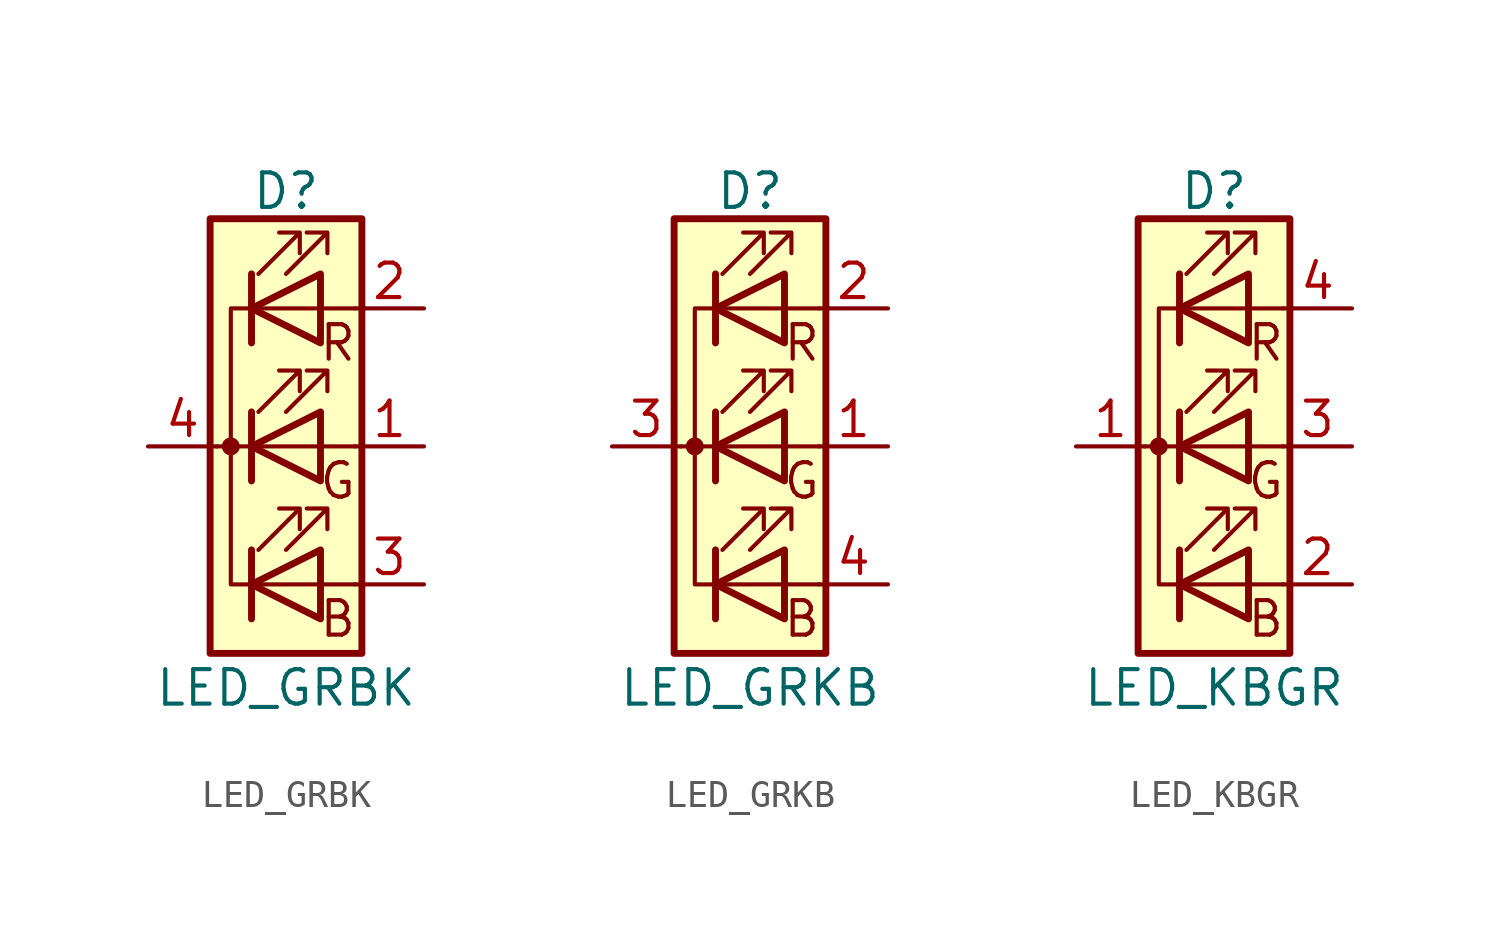
<source format=kicad_sym>
(kicad_symbol_lib
  (version 20211014)
  (generator kicad_symbol_editor)
  (symbol "LED_GRBK"
    (pin_names
      (offset 0) hide)
    (property "Reference" "D"
      (at 0 9.398 0)
      (effects (font (size 1.27 1.27))))
    (property "Value" "LED_GRBK"
      (at 0 -8.89 0)
      (effects (font (size 1.27 1.27))))
    (symbol "LED_GRBK_0_0"
      (text "B" (at 1.905 -6.35 0) (effects (font (size 1.27 1.27))))
      (text "G" (at 1.905 -1.27 0) (effects (font (size 1.27 1.27))))
      (text "R" (at 1.905 3.81 0) (effects (font (size 1.27 1.27)))))
    (symbol "LED_GRBK_0_1"
      (circle (center -2.032 0) (radius 0.254) (stroke (width 0) (type default) (color 0 0 0 0)) (fill (type outline)))
      (polyline (pts (xy -1.27 -5.08) (xy 1.27 -5.08)) (stroke (width 0) (type default) (color 0 0 0 0)) (fill (type none)))
      (polyline (pts (xy -1.27 -3.81) (xy -1.27 -6.35)) (stroke (width 0.254) (type default) (color 0 0 0 0)) (fill (type none)))
      (polyline (pts (xy -1.27 0) (xy -2.54 0)) (stroke (width 0) (type default) (color 0 0 0 0)) (fill (type none)))
      (polyline (pts (xy -1.27 1.27) (xy -1.27 -1.27)) (stroke (width 0.254) (type default) (color 0 0 0 0)) (fill (type none)))
      (polyline (pts (xy -1.27 5.08) (xy 1.27 5.08)) (stroke (width 0) (type default) (color 0 0 0 0)) (fill (type none)))
      (polyline (pts (xy -1.27 6.35) (xy -1.27 3.81)) (stroke (width 0.254) (type default) (color 0 0 0 0)) (fill (type none)))
      (polyline (pts (xy 1.27 -5.08) (xy 2.54 -5.08)) (stroke (width 0) (type default) (color 0 0 0 0)) (fill (type none)))
      (polyline (pts (xy 1.27 0) (xy -1.27 0)) (stroke (width 0) (type default) (color 0 0 0 0)) (fill (type none)))
      (polyline (pts (xy 1.27 0) (xy 2.54 0)) (stroke (width 0) (type default) (color 0 0 0 0)) (fill (type none)))
      (polyline (pts (xy 1.27 5.08) (xy 2.54 5.08)) (stroke (width 0) (type default) (color 0 0 0 0)) (fill (type none)))
      (polyline (pts (xy -1.27 1.27) (xy -1.27 -1.27) (xy -1.27 -1.27)) (stroke (width 0) (type default) (color 0 0 0 0)) (fill (type none)))
      (polyline (pts (xy -1.27 6.35) (xy -1.27 3.81) (xy -1.27 3.81)) (stroke (width 0) (type default) (color 0 0 0 0)) (fill (type none)))
      (polyline (pts (xy -1.27 5.08) (xy -2.032 5.08) (xy -2.032 -5.08) (xy -1.016 -5.08)) (stroke (width 0) (type default) (color 0 0 0 0)) (fill (type none)))
      (polyline (pts (xy 1.27 -3.81) (xy 1.27 -6.35) (xy -1.27 -5.08) (xy 1.27 -3.81)) (stroke (width 0.254) (type default) (color 0 0 0 0)) (fill (type none)))
      (polyline (pts (xy 1.27 1.27) (xy 1.27 -1.27) (xy -1.27 0) (xy 1.27 1.27)) (stroke (width 0.254) (type default) (color 0 0 0 0)) (fill (type none)))
      (polyline (pts (xy 1.27 6.35) (xy 1.27 3.81) (xy -1.27 5.08) (xy 1.27 6.35)) (stroke (width 0.254) (type default) (color 0 0 0 0)) (fill (type none)))
      (polyline (pts (xy -1.016 -3.81) (xy 0.508 -2.286) (xy -0.254 -2.286) (xy 0.508 -2.286) (xy 0.508 -3.048)) (stroke (width 0) (type default) (color 0 0 0 0)) (fill (type none)))
      (polyline (pts (xy -1.016 1.27) (xy 0.508 2.794) (xy -0.254 2.794) (xy 0.508 2.794) (xy 0.508 2.032)) (stroke (width 0) (type default) (color 0 0 0 0)) (fill (type none)))
      (polyline (pts (xy -1.016 6.35) (xy 0.508 7.874) (xy -0.254 7.874) (xy 0.508 7.874) (xy 0.508 7.112)) (stroke (width 0) (type default) (color 0 0 0 0)) (fill (type none)))
      (polyline (pts (xy 0 -3.81) (xy 1.524 -2.286) (xy 0.762 -2.286) (xy 1.524 -2.286) (xy 1.524 -3.048)) (stroke (width 0) (type default) (color 0 0 0 0)) (fill (type none)))
      (polyline (pts (xy 0 1.27) (xy 1.524 2.794) (xy 0.762 2.794) (xy 1.524 2.794) (xy 1.524 2.032)) (stroke (width 0) (type default) (color 0 0 0 0)) (fill (type none)))
      (polyline (pts (xy 0 6.35) (xy 1.524 7.874) (xy 0.762 7.874) (xy 1.524 7.874) (xy 1.524 7.112)) (stroke (width 0) (type default) (color 0 0 0 0)) (fill (type none)))
      (rectangle (start 1.27 -1.27) (end 1.27 1.27) (stroke (width 0) (type default) (color 0 0 0 0)) (fill (type none)))
      (rectangle (start 1.27 1.27) (end 1.27 1.27) (stroke (width 0) (type default) (color 0 0 0 0)) (fill (type none)))
      (rectangle (start 1.27 3.81) (end 1.27 6.35) (stroke (width 0) (type default) (color 0 0 0 0)) (fill (type none)))
      (rectangle (start 1.27 6.35) (end 1.27 6.35) (stroke (width 0) (type default) (color 0 0 0 0)) (fill (type none)))
      (rectangle (start 2.794 8.382) (end -2.794 -7.62) (stroke (width 0.254) (type default) (color 0 0 0 0)) (fill (type background))))
    (symbol "LED_GRBK_1_1"
      (pin passive line (at 5.08 0 180) (length 2.54) (name "GA" (effects (font (size 1.27 1.27)))) (number "1" (effects (font (size 1.27 1.27)))))
      (pin passive line (at 5.08 5.08 180) (length 2.54) (name "RA" (effects (font (size 1.27 1.27)))) (number "2" (effects (font (size 1.27 1.27)))))
      (pin passive line (at 5.08 -5.08 180) (length 2.54) (name "BA" (effects (font (size 1.27 1.27)))) (number "3" (effects (font (size 1.27 1.27)))))
      (pin passive line (at -5.08 0 0) (length 2.54) (name "K" (effects (font (size 1.27 1.27)))) (number "4" (effects (font (size 1.27 1.27)))))))
  (symbol "LED_GRKB"
    (pin_names
      (offset 0) hide)
    (property "Reference" "D"
      (at 0 9.398 0)
      (effects (font (size 1.27 1.27))))
    (property "Value" "LED_GRKB"
      (at 0 -8.89 0)
      (effects (font (size 1.27 1.27))))
    (symbol "LED_GRKB_0_0"
      (text "B" (at 1.905 -6.35 0) (effects (font (size 1.27 1.27))))
      (text "G" (at 1.905 -1.27 0) (effects (font (size 1.27 1.27))))
      (text "R" (at 1.905 3.81 0) (effects (font (size 1.27 1.27)))))
    (symbol "LED_GRKB_0_1"
      (circle (center -2.032 0) (radius 0.254) (stroke (width 0) (type default) (color 0 0 0 0)) (fill (type outline)))
      (polyline (pts (xy -1.27 -5.08) (xy 1.27 -5.08)) (stroke (width 0) (type default) (color 0 0 0 0)) (fill (type none)))
      (polyline (pts (xy -1.27 -3.81) (xy -1.27 -6.35)) (stroke (width 0.254) (type default) (color 0 0 0 0)) (fill (type none)))
      (polyline (pts (xy -1.27 0) (xy -2.54 0)) (stroke (width 0) (type default) (color 0 0 0 0)) (fill (type none)))
      (polyline (pts (xy -1.27 1.27) (xy -1.27 -1.27)) (stroke (width 0.254) (type default) (color 0 0 0 0)) (fill (type none)))
      (polyline (pts (xy -1.27 5.08) (xy 1.27 5.08)) (stroke (width 0) (type default) (color 0 0 0 0)) (fill (type none)))
      (polyline (pts (xy -1.27 6.35) (xy -1.27 3.81)) (stroke (width 0.254) (type default) (color 0 0 0 0)) (fill (type none)))
      (polyline (pts (xy 1.27 -5.08) (xy 2.54 -5.08)) (stroke (width 0) (type default) (color 0 0 0 0)) (fill (type none)))
      (polyline (pts (xy 1.27 0) (xy -1.27 0)) (stroke (width 0) (type default) (color 0 0 0 0)) (fill (type none)))
      (polyline (pts (xy 1.27 0) (xy 2.54 0)) (stroke (width 0) (type default) (color 0 0 0 0)) (fill (type none)))
      (polyline (pts (xy 1.27 5.08) (xy 2.54 5.08)) (stroke (width 0) (type default) (color 0 0 0 0)) (fill (type none)))
      (polyline (pts (xy -1.27 1.27) (xy -1.27 -1.27) (xy -1.27 -1.27)) (stroke (width 0) (type default) (color 0 0 0 0)) (fill (type none)))
      (polyline (pts (xy -1.27 6.35) (xy -1.27 3.81) (xy -1.27 3.81)) (stroke (width 0) (type default) (color 0 0 0 0)) (fill (type none)))
      (polyline (pts (xy -1.27 5.08) (xy -2.032 5.08) (xy -2.032 -5.08) (xy -1.016 -5.08)) (stroke (width 0) (type default) (color 0 0 0 0)) (fill (type none)))
      (polyline (pts (xy 1.27 -3.81) (xy 1.27 -6.35) (xy -1.27 -5.08) (xy 1.27 -3.81)) (stroke (width 0.254) (type default) (color 0 0 0 0)) (fill (type none)))
      (polyline (pts (xy 1.27 1.27) (xy 1.27 -1.27) (xy -1.27 0) (xy 1.27 1.27)) (stroke (width 0.254) (type default) (color 0 0 0 0)) (fill (type none)))
      (polyline (pts (xy 1.27 6.35) (xy 1.27 3.81) (xy -1.27 5.08) (xy 1.27 6.35)) (stroke (width 0.254) (type default) (color 0 0 0 0)) (fill (type none)))
      (polyline (pts (xy -1.016 -3.81) (xy 0.508 -2.286) (xy -0.254 -2.286) (xy 0.508 -2.286) (xy 0.508 -3.048)) (stroke (width 0) (type default) (color 0 0 0 0)) (fill (type none)))
      (polyline (pts (xy -1.016 1.27) (xy 0.508 2.794) (xy -0.254 2.794) (xy 0.508 2.794) (xy 0.508 2.032)) (stroke (width 0) (type default) (color 0 0 0 0)) (fill (type none)))
      (polyline (pts (xy -1.016 6.35) (xy 0.508 7.874) (xy -0.254 7.874) (xy 0.508 7.874) (xy 0.508 7.112)) (stroke (width 0) (type default) (color 0 0 0 0)) (fill (type none)))
      (polyline (pts (xy 0 -3.81) (xy 1.524 -2.286) (xy 0.762 -2.286) (xy 1.524 -2.286) (xy 1.524 -3.048)) (stroke (width 0) (type default) (color 0 0 0 0)) (fill (type none)))
      (polyline (pts (xy 0 1.27) (xy 1.524 2.794) (xy 0.762 2.794) (xy 1.524 2.794) (xy 1.524 2.032)) (stroke (width 0) (type default) (color 0 0 0 0)) (fill (type none)))
      (polyline (pts (xy 0 6.35) (xy 1.524 7.874) (xy 0.762 7.874) (xy 1.524 7.874) (xy 1.524 7.112)) (stroke (width 0) (type default) (color 0 0 0 0)) (fill (type none)))
      (rectangle (start 1.27 -1.27) (end 1.27 1.27) (stroke (width 0) (type default) (color 0 0 0 0)) (fill (type none)))
      (rectangle (start 1.27 1.27) (end 1.27 1.27) (stroke (width 0) (type default) (color 0 0 0 0)) (fill (type none)))
      (rectangle (start 1.27 3.81) (end 1.27 6.35) (stroke (width 0) (type default) (color 0 0 0 0)) (fill (type none)))
      (rectangle (start 1.27 6.35) (end 1.27 6.35) (stroke (width 0) (type default) (color 0 0 0 0)) (fill (type none)))
      (rectangle (start 2.794 8.382) (end -2.794 -7.62) (stroke (width 0.254) (type default) (color 0 0 0 0)) (fill (type background))))
    (symbol "LED_GRKB_1_1"
      (pin passive line (at 5.08 0 180) (length 2.54) (name "GA" (effects (font (size 1.27 1.27)))) (number "1" (effects (font (size 1.27 1.27)))))
      (pin passive line (at 5.08 5.08 180) (length 2.54) (name "RA" (effects (font (size 1.27 1.27)))) (number "2" (effects (font (size 1.27 1.27)))))
      (pin passive line (at -5.08 0 0) (length 2.54) (name "K" (effects (font (size 1.27 1.27)))) (number "3" (effects (font (size 1.27 1.27)))))
      (pin passive line (at 5.08 -5.08 180) (length 2.54) (name "BA" (effects (font (size 1.27 1.27)))) (number "4" (effects (font (size 1.27 1.27)))))))
  (symbol "LED_KBGR"
    (pin_names
      (offset 0) hide)
    (property "Reference" "D"
      (at 0 9.398 0)
      (effects (font (size 1.27 1.27))))
    (property "Value" "LED_KBGR"
      (at 0 -8.89 0)
      (effects (font (size 1.27 1.27))))
    (symbol "LED_KBGR_0_0"
      (text "B" (at 1.905 -6.35 0) (effects (font (size 1.27 1.27))))
      (text "G" (at 1.905 -1.27 0) (effects (font (size 1.27 1.27))))
      (text "R" (at 1.905 3.81 0) (effects (font (size 1.27 1.27)))))
    (symbol "LED_KBGR_0_1"
      (circle (center -2.032 0) (radius 0.254) (stroke (width 0) (type default) (color 0 0 0 0)) (fill (type outline)))
      (polyline (pts (xy -1.27 -5.08) (xy 1.27 -5.08)) (stroke (width 0) (type default) (color 0 0 0 0)) (fill (type none)))
      (polyline (pts (xy -1.27 -3.81) (xy -1.27 -6.35)) (stroke (width 0.254) (type default) (color 0 0 0 0)) (fill (type none)))
      (polyline (pts (xy -1.27 0) (xy -2.54 0)) (stroke (width 0) (type default) (color 0 0 0 0)) (fill (type none)))
      (polyline (pts (xy -1.27 1.27) (xy -1.27 -1.27)) (stroke (width 0.254) (type default) (color 0 0 0 0)) (fill (type none)))
      (polyline (pts (xy -1.27 5.08) (xy 1.27 5.08)) (stroke (width 0) (type default) (color 0 0 0 0)) (fill (type none)))
      (polyline (pts (xy -1.27 6.35) (xy -1.27 3.81)) (stroke (width 0.254) (type default) (color 0 0 0 0)) (fill (type none)))
      (polyline (pts (xy 1.27 -5.08) (xy 2.54 -5.08)) (stroke (width 0) (type default) (color 0 0 0 0)) (fill (type none)))
      (polyline (pts (xy 1.27 0) (xy -1.27 0)) (stroke (width 0) (type default) (color 0 0 0 0)) (fill (type none)))
      (polyline (pts (xy 1.27 0) (xy 2.54 0)) (stroke (width 0) (type default) (color 0 0 0 0)) (fill (type none)))
      (polyline (pts (xy 1.27 5.08) (xy 2.54 5.08)) (stroke (width 0) (type default) (color 0 0 0 0)) (fill (type none)))
      (polyline (pts (xy -1.27 1.27) (xy -1.27 -1.27) (xy -1.27 -1.27)) (stroke (width 0) (type default) (color 0 0 0 0)) (fill (type none)))
      (polyline (pts (xy -1.27 6.35) (xy -1.27 3.81) (xy -1.27 3.81)) (stroke (width 0) (type default) (color 0 0 0 0)) (fill (type none)))
      (polyline (pts (xy -1.27 5.08) (xy -2.032 5.08) (xy -2.032 -5.08) (xy -1.016 -5.08)) (stroke (width 0) (type default) (color 0 0 0 0)) (fill (type none)))
      (polyline (pts (xy 1.27 -3.81) (xy 1.27 -6.35) (xy -1.27 -5.08) (xy 1.27 -3.81)) (stroke (width 0.254) (type default) (color 0 0 0 0)) (fill (type none)))
      (polyline (pts (xy 1.27 1.27) (xy 1.27 -1.27) (xy -1.27 0) (xy 1.27 1.27)) (stroke (width 0.254) (type default) (color 0 0 0 0)) (fill (type none)))
      (polyline (pts (xy 1.27 6.35) (xy 1.27 3.81) (xy -1.27 5.08) (xy 1.27 6.35)) (stroke (width 0.254) (type default) (color 0 0 0 0)) (fill (type none)))
      (polyline (pts (xy -1.016 -3.81) (xy 0.508 -2.286) (xy -0.254 -2.286) (xy 0.508 -2.286) (xy 0.508 -3.048)) (stroke (width 0) (type default) (color 0 0 0 0)) (fill (type none)))
      (polyline (pts (xy -1.016 1.27) (xy 0.508 2.794) (xy -0.254 2.794) (xy 0.508 2.794) (xy 0.508 2.032)) (stroke (width 0) (type default) (color 0 0 0 0)) (fill (type none)))
      (polyline (pts (xy -1.016 6.35) (xy 0.508 7.874) (xy -0.254 7.874) (xy 0.508 7.874) (xy 0.508 7.112)) (stroke (width 0) (type default) (color 0 0 0 0)) (fill (type none)))
      (polyline (pts (xy 0 -3.81) (xy 1.524 -2.286) (xy 0.762 -2.286) (xy 1.524 -2.286) (xy 1.524 -3.048)) (stroke (width 0) (type default) (color 0 0 0 0)) (fill (type none)))
      (polyline (pts (xy 0 1.27) (xy 1.524 2.794) (xy 0.762 2.794) (xy 1.524 2.794) (xy 1.524 2.032)) (stroke (width 0) (type default) (color 0 0 0 0)) (fill (type none)))
      (polyline (pts (xy 0 6.35) (xy 1.524 7.874) (xy 0.762 7.874) (xy 1.524 7.874) (xy 1.524 7.112)) (stroke (width 0) (type default) (color 0 0 0 0)) (fill (type none)))
      (rectangle (start 1.27 -1.27) (end 1.27 1.27) (stroke (width 0) (type default) (color 0 0 0 0)) (fill (type none)))
      (rectangle (start 1.27 1.27) (end 1.27 1.27) (stroke (width 0) (type default) (color 0 0 0 0)) (fill (type none)))
      (rectangle (start 1.27 3.81) (end 1.27 6.35) (stroke (width 0) (type default) (color 0 0 0 0)) (fill (type none)))
      (rectangle (start 1.27 6.35) (end 1.27 6.35) (stroke (width 0) (type default) (color 0 0 0 0)) (fill (type none)))
      (rectangle (start 2.794 8.382) (end -2.794 -7.62) (stroke (width 0.254) (type default) (color 0 0 0 0)) (fill (type background))))
    (symbol "LED_KBGR_1_1"
      (pin passive line (at -5.08 0 0) (length 2.54) (name "K" (effects (font (size 1.27 1.27)))) (number "1" (effects (font (size 1.27 1.27)))))
      (pin passive line (at 5.08 -5.08 180) (length 2.54) (name "BA" (effects (font (size 1.27 1.27)))) (number "2" (effects (font (size 1.27 1.27)))))
      (pin passive line (at 5.08 0 180) (length 2.54) (name "GA" (effects (font (size 1.27 1.27)))) (number "3" (effects (font (size 1.27 1.27)))))
      (pin passive line (at 5.08 5.08 180) (length 2.54) (name "RA" (effects (font (size 1.27 1.27)))) (number "4" (effects (font (size 1.27 1.27))))))))
</source>
